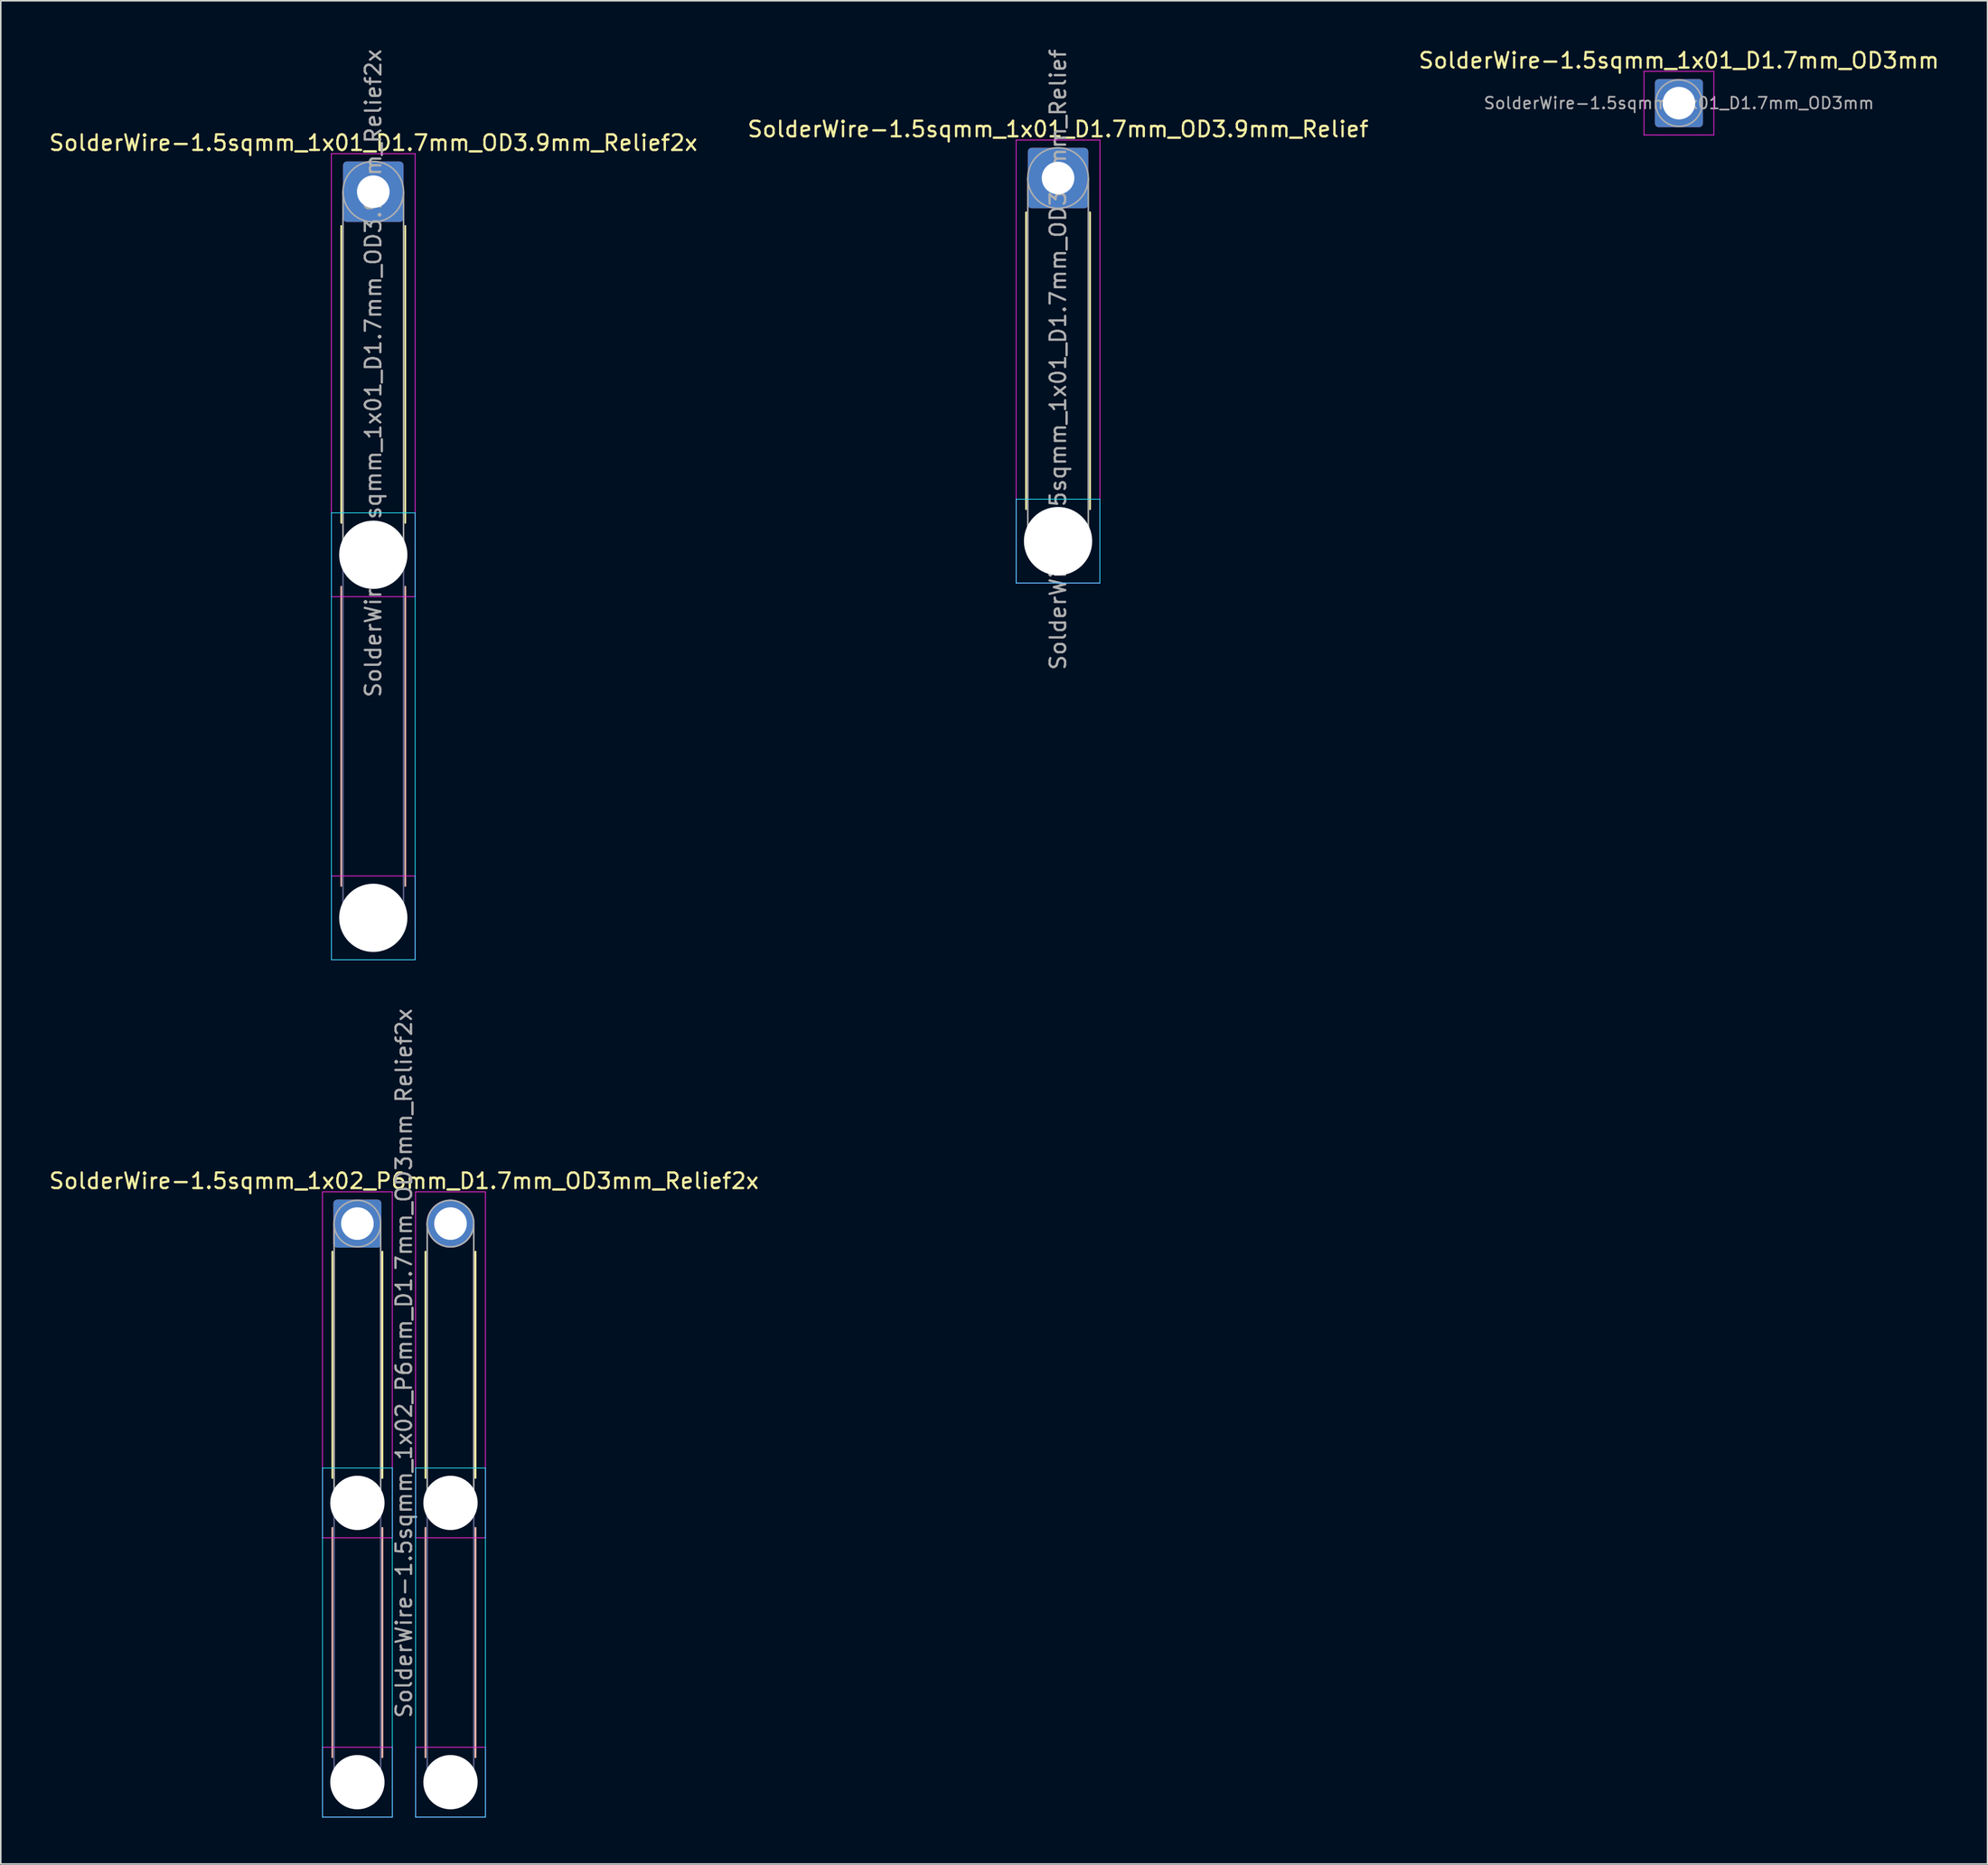
<source format=kicad_pcb>
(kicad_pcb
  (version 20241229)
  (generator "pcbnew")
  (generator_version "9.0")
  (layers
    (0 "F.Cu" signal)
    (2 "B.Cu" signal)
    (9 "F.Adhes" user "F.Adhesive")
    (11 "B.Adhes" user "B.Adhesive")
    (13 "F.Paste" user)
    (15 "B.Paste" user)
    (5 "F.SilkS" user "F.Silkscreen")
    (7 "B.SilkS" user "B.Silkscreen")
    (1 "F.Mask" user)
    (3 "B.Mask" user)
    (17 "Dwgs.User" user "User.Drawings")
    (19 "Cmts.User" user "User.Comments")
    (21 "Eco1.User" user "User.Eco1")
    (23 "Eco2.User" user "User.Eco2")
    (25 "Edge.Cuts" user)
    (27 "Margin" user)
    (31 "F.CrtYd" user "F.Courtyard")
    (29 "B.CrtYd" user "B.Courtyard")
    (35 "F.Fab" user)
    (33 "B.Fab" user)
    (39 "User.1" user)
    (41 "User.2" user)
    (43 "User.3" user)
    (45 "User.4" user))
  (footprint "SolderWire-1.5sqmm_1x01_D1.7mm_OD3.9mm_Relief2x"
    (layer "F.Cu")
    (at 21.006 9.306)
    (property "Reference" "SolderWire-1.5sqmm_1x01_D1.7mm_OD3.9mm_Relief2x" (at 0 -3.15 0) (layer "F.SilkS") (effects (font (size 1 1) (thickness 0.15))))
    (attr exclude_from_pos_files exclude_from_bom)
    (fp_line (start -2.06 2.21) (end -2.06 21.34) (stroke (width 0.12) (type solid)) (layer "F.SilkS"))
    (fp_line (start 2.06 2.21) (end 2.06 21.34) (stroke (width 0.12) (type solid)) (layer "F.SilkS"))
    (fp_line (start -2.06 25.46) (end -2.06 44.74) (stroke (width 0.12) (type solid)) (layer "B.SilkS"))
    (fp_line (start 2.06 25.46) (end 2.06 44.74) (stroke (width 0.12) (type solid)) (layer "B.SilkS"))
    (fp_line (start -2.7 20.7) (end -2.7 49.5) (stroke (width 0.05) (type solid)) (layer "B.CrtYd"))
    (fp_line (start -2.7 49.5) (end 2.7 49.5) (stroke (width 0.05) (type solid)) (layer "B.CrtYd"))
    (fp_line (start 2.7 20.7) (end -2.7 20.7) (stroke (width 0.05) (type solid)) (layer "B.CrtYd"))
    (fp_line (start 2.7 49.5) (end 2.7 20.7) (stroke (width 0.05) (type solid)) (layer "B.CrtYd"))
    (fp_line (start -2.7 -2.45) (end -2.7 26.1) (stroke (width 0.05) (type solid)) (layer "F.CrtYd"))
    (fp_line (start -2.7 26.1) (end 2.7 26.1) (stroke (width 0.05) (type solid)) (layer "F.CrtYd"))
    (fp_line (start -2.7 44.1) (end -2.7 49.5) (stroke (width 0.05) (type solid)) (layer "F.CrtYd"))
    (fp_line (start -2.7 49.5) (end 2.7 49.5) (stroke (width 0.05) (type solid)) (layer "F.CrtYd"))
    (fp_line (start 2.7 -2.45) (end -2.7 -2.45) (stroke (width 0.05) (type solid)) (layer "F.CrtYd"))
    (fp_line (start 2.7 26.1) (end 2.7 -2.45) (stroke (width 0.05) (type solid)) (layer "F.CrtYd"))
    (fp_line (start 2.7 44.1) (end -2.7 44.1) (stroke (width 0.05) (type solid)) (layer "F.CrtYd"))
    (fp_line (start 2.7 49.5) (end 2.7 44.1) (stroke (width 0.05) (type solid)) (layer "F.CrtYd"))
    (fp_line (start -1.95 23.4) (end -1.95 46.8) (stroke (width 0.1) (type solid)) (layer "B.Fab"))
    (fp_line (start 1.95 23.4) (end 1.95 46.8) (stroke (width 0.1) (type solid)) (layer "B.Fab"))
    (fp_circle (center 0 23.4) (end 1.95 23.4) (stroke (width 0.1) (type solid)) (fill no) (layer "B.Fab"))
    (fp_circle (center 0 46.8) (end 1.95 46.8) (stroke (width 0.1) (type solid)) (fill no) (layer "B.Fab"))
    (fp_line (start -1.95 0) (end -1.95 23.4) (stroke (width 0.1) (type solid)) (layer "F.Fab"))
    (fp_line (start 1.95 0) (end 1.95 23.4) (stroke (width 0.1) (type solid)) (layer "F.Fab"))
    (fp_circle (center 0 0) (end 1.95 0) (stroke (width 0.1) (type solid)) (fill no) (layer "F.Fab"))
    (fp_circle (center 0 23.4) (end 1.95 23.4) (stroke (width 0.1) (type solid)) (fill no) (layer "F.Fab"))
    (fp_circle (center 0 46.8) (end 1.95 46.8) (stroke (width 0.1) (type solid)) (fill no) (layer "F.Fab"))
    (fp_text user "${REFERENCE}" (at 0 11.7 90) (layer "F.Fab") (effects (font (size 1 1) (thickness 0.15))))
    (pad "" np_thru_hole circle (at 0 23.4) (size 4.4 4.4) (drill 4.4) (layers "*.Cu" "*.Mask"))
    (pad "" np_thru_hole circle (at 0 46.8) (size 4.4 4.4) (drill 4.4) (layers "*.Cu" "*.Mask"))
    (pad "1" thru_hole roundrect (at 0 0) (size 3.9 3.9) (drill 2.1) (layers "*.Cu" "*.Mask") (roundrect_rratio 0.064)))
  (footprint "SolderWire-1.5sqmm_1x02_P6mm_D1.7mm_OD3mm_Relief2x"
    (layer "F.Cu")
    (at 19.982 75.813)
    (property "Reference" "SolderWire-1.5sqmm_1x02_P6mm_D1.7mm_OD3mm_Relief2x" (at 3 -2.75 0) (layer "F.SilkS") (effects (font (size 1 1) (thickness 0.15))))
    (attr exclude_from_pos_files exclude_from_bom)
    (fp_line (start -1.61 1.81) (end -1.61 16.39) (stroke (width 0.12) (type solid)) (layer "F.SilkS"))
    (fp_line (start 1.61 1.81) (end 1.61 16.39) (stroke (width 0.12) (type solid)) (layer "F.SilkS"))
    (fp_line (start 4.39 1.81) (end 4.39 16.39) (stroke (width 0.12) (type solid)) (layer "F.SilkS"))
    (fp_line (start 7.61 1.81) (end 7.61 16.39) (stroke (width 0.12) (type solid)) (layer "F.SilkS"))
    (fp_line (start -1.61 19.61) (end -1.61 34.39) (stroke (width 0.12) (type solid)) (layer "B.SilkS"))
    (fp_line (start 1.61 19.61) (end 1.61 34.39) (stroke (width 0.12) (type solid)) (layer "B.SilkS"))
    (fp_line (start 4.39 19.61) (end 4.39 34.39) (stroke (width 0.12) (type solid)) (layer "B.SilkS"))
    (fp_line (start 7.61 19.61) (end 7.61 34.39) (stroke (width 0.12) (type solid)) (layer "B.SilkS"))
    (fp_line (start -2.25 15.75) (end -2.25 38.25) (stroke (width 0.05) (type solid)) (layer "B.CrtYd"))
    (fp_line (start -2.25 38.25) (end 2.25 38.25) (stroke (width 0.05) (type solid)) (layer "B.CrtYd"))
    (fp_line (start 2.25 15.75) (end -2.25 15.75) (stroke (width 0.05) (type solid)) (layer "B.CrtYd"))
    (fp_line (start 2.25 38.25) (end 2.25 15.75) (stroke (width 0.05) (type solid)) (layer "B.CrtYd"))
    (fp_line (start 3.75 15.75) (end 3.75 38.25) (stroke (width 0.05) (type solid)) (layer "B.CrtYd"))
    (fp_line (start 3.75 38.25) (end 8.25 38.25) (stroke (width 0.05) (type solid)) (layer "B.CrtYd"))
    (fp_line (start 8.25 15.75) (end 3.75 15.75) (stroke (width 0.05) (type solid)) (layer "B.CrtYd"))
    (fp_line (start 8.25 38.25) (end 8.25 15.75) (stroke (width 0.05) (type solid)) (layer "B.CrtYd"))
    (fp_line (start -2.25 -2.05) (end -2.25 20.25) (stroke (width 0.05) (type solid)) (layer "F.CrtYd"))
    (fp_line (start -2.25 20.25) (end 2.25 20.25) (stroke (width 0.05) (type solid)) (layer "F.CrtYd"))
    (fp_line (start -2.25 33.75) (end -2.25 38.25) (stroke (width 0.05) (type solid)) (layer "F.CrtYd"))
    (fp_line (start -2.25 38.25) (end 2.25 38.25) (stroke (width 0.05) (type solid)) (layer "F.CrtYd"))
    (fp_line (start 2.25 -2.05) (end -2.25 -2.05) (stroke (width 0.05) (type solid)) (layer "F.CrtYd"))
    (fp_line (start 2.25 20.25) (end 2.25 -2.05) (stroke (width 0.05) (type solid)) (layer "F.CrtYd"))
    (fp_line (start 2.25 33.75) (end -2.25 33.75) (stroke (width 0.05) (type solid)) (layer "F.CrtYd"))
    (fp_line (start 2.25 38.25) (end 2.25 33.75) (stroke (width 0.05) (type solid)) (layer "F.CrtYd"))
    (fp_line (start 3.75 -2.05) (end 3.75 20.25) (stroke (width 0.05) (type solid)) (layer "F.CrtYd"))
    (fp_line (start 3.75 20.25) (end 8.25 20.25) (stroke (width 0.05) (type solid)) (layer "F.CrtYd"))
    (fp_line (start 3.75 33.75) (end 3.75 38.25) (stroke (width 0.05) (type solid)) (layer "F.CrtYd"))
    (fp_line (start 3.75 38.25) (end 8.25 38.25) (stroke (width 0.05) (type solid)) (layer "F.CrtYd"))
    (fp_line (start 8.25 -2.05) (end 3.75 -2.05) (stroke (width 0.05) (type solid)) (layer "F.CrtYd"))
    (fp_line (start 8.25 20.25) (end 8.25 -2.05) (stroke (width 0.05) (type solid)) (layer "F.CrtYd"))
    (fp_line (start 8.25 33.75) (end 3.75 33.75) (stroke (width 0.05) (type solid)) (layer "F.CrtYd"))
    (fp_line (start 8.25 38.25) (end 8.25 33.75) (stroke (width 0.05) (type solid)) (layer "F.CrtYd"))
    (fp_line (start -1.5 18) (end -1.5 36) (stroke (width 0.1) (type solid)) (layer "B.Fab"))
    (fp_line (start 1.5 18) (end 1.5 36) (stroke (width 0.1) (type solid)) (layer "B.Fab"))
    (fp_line (start 4.5 18) (end 4.5 36) (stroke (width 0.1) (type solid)) (layer "B.Fab"))
    (fp_line (start 7.5 18) (end 7.5 36) (stroke (width 0.1) (type solid)) (layer "B.Fab"))
    (fp_circle (center 0 18) (end 1.5 18) (stroke (width 0.1) (type solid)) (fill no) (layer "B.Fab"))
    (fp_circle (center 0 36) (end 1.5 36) (stroke (width 0.1) (type solid)) (fill no) (layer "B.Fab"))
    (fp_circle (center 6 18) (end 7.5 18) (stroke (width 0.1) (type solid)) (fill no) (layer "B.Fab"))
    (fp_circle (center 6 36) (end 7.5 36) (stroke (width 0.1) (type solid)) (fill no) (layer "B.Fab"))
    (fp_line (start -1.5 0) (end -1.5 18) (stroke (width 0.1) (type solid)) (layer "F.Fab"))
    (fp_line (start 1.5 0) (end 1.5 18) (stroke (width 0.1) (type solid)) (layer "F.Fab"))
    (fp_line (start 4.5 0) (end 4.5 18) (stroke (width 0.1) (type solid)) (layer "F.Fab"))
    (fp_line (start 7.5 0) (end 7.5 18) (stroke (width 0.1) (type solid)) (layer "F.Fab"))
    (fp_circle (center 0 0) (end 1.5 0) (stroke (width 0.1) (type solid)) (fill no) (layer "F.Fab"))
    (fp_circle (center 0 18) (end 1.5 18) (stroke (width 0.1) (type solid)) (fill no) (layer "F.Fab"))
    (fp_circle (center 0 36) (end 1.5 36) (stroke (width 0.1) (type solid)) (fill no) (layer "F.Fab"))
    (fp_circle (center 6 0) (end 7.5 0) (stroke (width 0.1) (type solid)) (fill no) (layer "F.Fab"))
    (fp_circle (center 6 18) (end 7.5 18) (stroke (width 0.1) (type solid)) (fill no) (layer "F.Fab"))
    (fp_circle (center 6 36) (end 7.5 36) (stroke (width 0.1) (type solid)) (fill no) (layer "F.Fab"))
    (fp_text user "${REFERENCE}" (at 3 9 90) (layer "F.Fab") (effects (font (size 1 1) (thickness 0.15))))
    (pad "" np_thru_hole circle (at 0 18) (size 3.5 3.5) (drill 3.5) (layers "*.Cu" "*.Mask"))
    (pad "" np_thru_hole circle (at 0 36) (size 3.5 3.5) (drill 3.5) (layers "*.Cu" "*.Mask"))
    (pad "" np_thru_hole circle (at 6 18) (size 3.5 3.5) (drill 3.5) (layers "*.Cu" "*.Mask"))
    (pad "" np_thru_hole circle (at 6 36) (size 3.5 3.5) (drill 3.5) (layers "*.Cu" "*.Mask"))
    (pad "1" thru_hole roundrect (at 0 0) (size 3.1 3.1) (drill 2.1) (layers "*.Cu" "*.Mask") (roundrect_rratio 0.081))
    (pad "2" thru_hole circle (at 6 0) (size 3.1 3.1) (drill 2.1) (layers "*.Cu" "*.Mask")))
  (footprint "SolderWire-1.5sqmm_1x01_D1.7mm_OD3.9mm_Relief"
    (layer "F.Cu")
    (at 65.137 8.425)
    (property "Reference" "SolderWire-1.5sqmm_1x01_D1.7mm_OD3.9mm_Relief" (at 0 -3.15 0) (layer "F.SilkS") (effects (font (size 1 1) (thickness 0.15))))
    (attr exclude_from_pos_files exclude_from_bom)
    (fp_line (start -2.06 2.21) (end -2.06 21.34) (stroke (width 0.12) (type solid)) (layer "F.SilkS"))
    (fp_line (start 2.06 2.21) (end 2.06 21.34) (stroke (width 0.12) (type solid)) (layer "F.SilkS"))
    (fp_line (start -2.7 20.7) (end -2.7 26.1) (stroke (width 0.05) (type solid)) (layer "B.CrtYd"))
    (fp_line (start -2.7 26.1) (end 2.7 26.1) (stroke (width 0.05) (type solid)) (layer "B.CrtYd"))
    (fp_line (start 2.7 20.7) (end -2.7 20.7) (stroke (width 0.05) (type solid)) (layer "B.CrtYd"))
    (fp_line (start 2.7 26.1) (end 2.7 20.7) (stroke (width 0.05) (type solid)) (layer "B.CrtYd"))
    (fp_line (start -2.7 -2.45) (end -2.7 26.1) (stroke (width 0.05) (type solid)) (layer "F.CrtYd"))
    (fp_line (start -2.7 26.1) (end 2.7 26.1) (stroke (width 0.05) (type solid)) (layer "F.CrtYd"))
    (fp_line (start 2.7 -2.45) (end -2.7 -2.45) (stroke (width 0.05) (type solid)) (layer "F.CrtYd"))
    (fp_line (start 2.7 26.1) (end 2.7 -2.45) (stroke (width 0.05) (type solid)) (layer "F.CrtYd"))
    (fp_line (start -1.95 0) (end -1.95 23.4) (stroke (width 0.1) (type solid)) (layer "F.Fab"))
    (fp_line (start 1.95 0) (end 1.95 23.4) (stroke (width 0.1) (type solid)) (layer "F.Fab"))
    (fp_circle (center 0 0) (end 1.95 0) (stroke (width 0.1) (type solid)) (fill no) (layer "F.Fab"))
    (fp_circle (center 0 23.4) (end 1.95 23.4) (stroke (width 0.1) (type solid)) (fill no) (layer "F.Fab"))
    (fp_text user "${REFERENCE}" (at 0 11.7 90) (layer "F.Fab") (effects (font (size 1 1) (thickness 0.15))))
    (pad "" np_thru_hole circle (at 0 23.4) (size 4.4 4.4) (drill 4.4) (layers "*.Cu" "*.Mask"))
    (pad "1" thru_hole roundrect (at 0 0) (size 3.9 3.9) (drill 2.1) (layers "*.Cu" "*.Mask") (roundrect_rratio 0.064)))
  (footprint "SolderWire-1.5sqmm_1x01_D1.7mm_OD3mm"
    (layer "F.Cu")
    (at 105.149 3.598)
    (property "Reference" "SolderWire-1.5sqmm_1x01_D1.7mm_OD3mm" (at 0 -2.75 0) (layer "F.SilkS") (effects (font (size 1 1) (thickness 0.15))))
    (attr exclude_from_pos_files exclude_from_bom)
    (fp_line (start -2.25 -2.05) (end -2.25 2.05) (stroke (width 0.05) (type solid)) (layer "F.CrtYd"))
    (fp_line (start -2.25 2.05) (end 2.25 2.05) (stroke (width 0.05) (type solid)) (layer "F.CrtYd"))
    (fp_line (start 2.25 -2.05) (end -2.25 -2.05) (stroke (width 0.05) (type solid)) (layer "F.CrtYd"))
    (fp_line (start 2.25 2.05) (end 2.25 -2.05) (stroke (width 0.05) (type solid)) (layer "F.CrtYd"))
    (fp_circle (center 0 0) (end 1.5 0) (stroke (width 0.1) (type solid)) (fill no) (layer "F.Fab"))
    (fp_text user "${REFERENCE}" (at 0 0 0) (layer "F.Fab") (effects (font (size 0.75 0.75) (thickness 0.11))))
    (pad "1" thru_hole roundrect (at 0 0) (size 3.1 3.1) (drill 2.1) (layers "*.Cu" "*.Mask") (roundrect_rratio 0.081)))
  (gr_rect
    (start -3 -3)
    (end 125.036 117.088)
    (stroke (width 0.1) (type default))
    (fill no)
    (layer "Edge.Cuts")))
</source>
